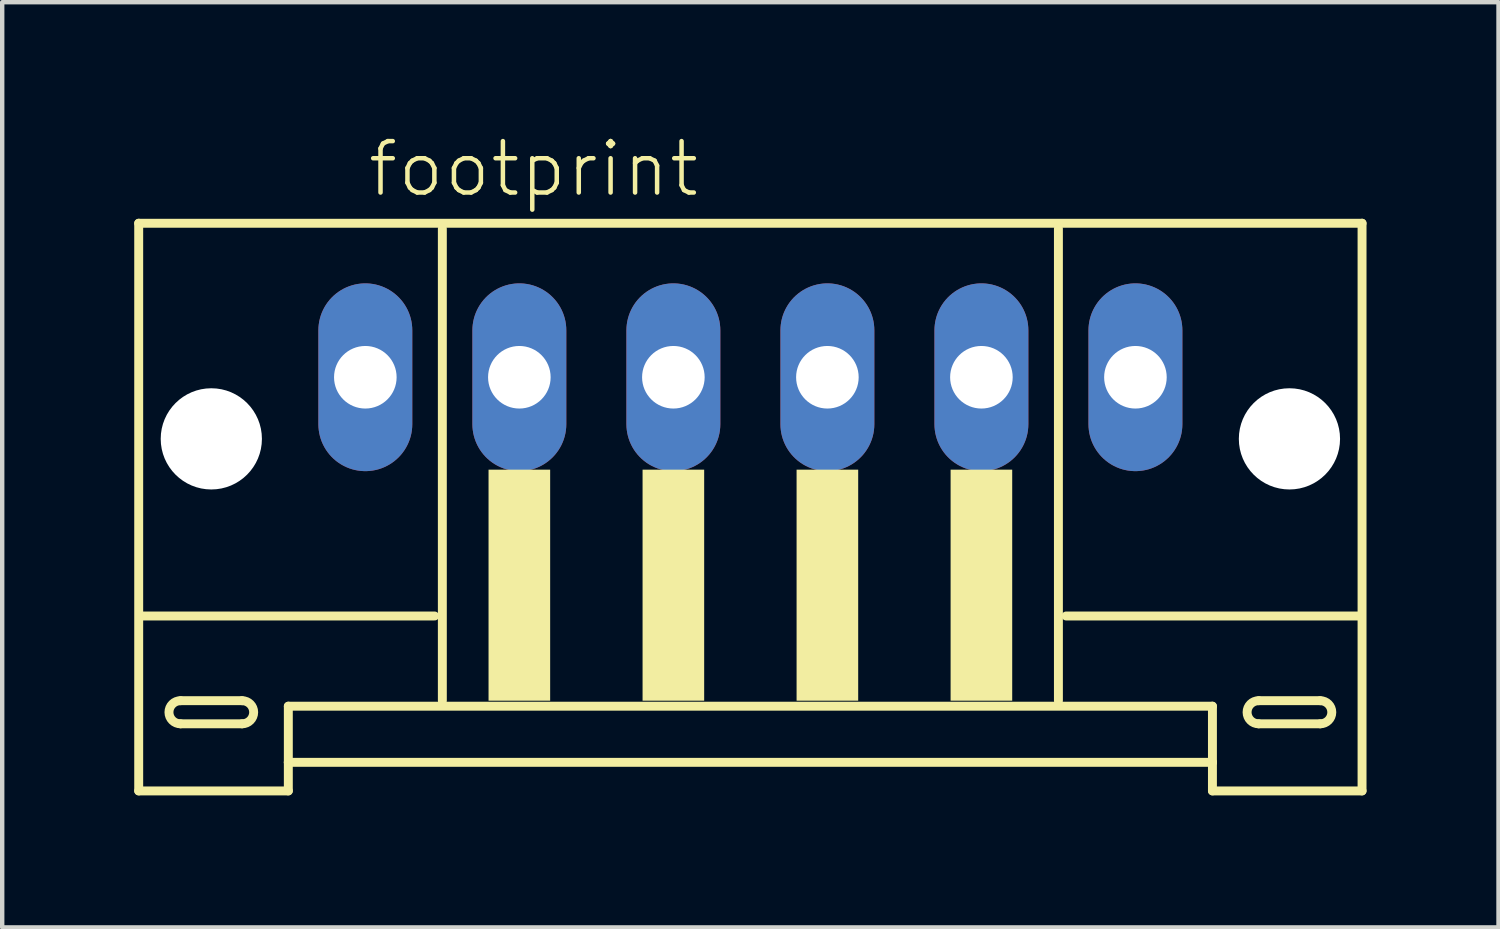
<source format=kicad_pcb>
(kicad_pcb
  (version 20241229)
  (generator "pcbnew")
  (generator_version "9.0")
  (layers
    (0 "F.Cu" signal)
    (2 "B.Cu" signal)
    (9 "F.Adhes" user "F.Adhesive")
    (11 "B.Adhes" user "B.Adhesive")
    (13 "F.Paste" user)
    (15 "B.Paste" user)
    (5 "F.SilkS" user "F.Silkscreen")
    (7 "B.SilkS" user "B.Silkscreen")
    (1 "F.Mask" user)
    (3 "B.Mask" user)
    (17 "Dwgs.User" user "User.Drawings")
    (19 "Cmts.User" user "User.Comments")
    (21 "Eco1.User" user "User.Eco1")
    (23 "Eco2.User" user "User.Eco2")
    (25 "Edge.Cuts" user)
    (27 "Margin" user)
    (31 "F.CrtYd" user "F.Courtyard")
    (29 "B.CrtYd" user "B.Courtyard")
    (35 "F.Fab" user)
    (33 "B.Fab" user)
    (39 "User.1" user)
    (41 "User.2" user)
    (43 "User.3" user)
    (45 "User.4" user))
  (footprint "footprint"
    (layer "F.Cu")
    (at 14.002 7.273)
    (property "Reference" "footprint" (at -8.75 -5.8 0) (layer "F.SilkS") (effects (font (size 1.168 1.168) (thickness 0.102)) (justify left bottom)))
    (fp_line (start -13.9 -5.25) (end -13.9 7.65) (stroke (width 0.203) (type solid)) (layer "F.SilkS"))
    (fp_line (start -13.9 7.65) (end -10.5 7.65) (stroke (width 0.203) (type solid)) (layer "F.SilkS"))
    (fp_line (start -12.95 5.6) (end -11.55 5.6) (stroke (width 0.203) (type solid)) (layer "F.SilkS"))
    (fp_line (start -11.55 6.125) (end -12.95 6.125) (stroke (width 0.203) (type solid)) (layer "F.SilkS"))
    (fp_line (start -10.5 5.725) (end 10.5 5.725) (stroke (width 0.203) (type solid)) (layer "F.SilkS"))
    (fp_line (start -10.5 7) (end -10.5 5.725) (stroke (width 0.203) (type solid)) (layer "F.SilkS"))
    (fp_line (start -10.5 7) (end 10.5 7) (stroke (width 0.203) (type solid)) (layer "F.SilkS"))
    (fp_line (start -10.5 7.65) (end -10.5 7) (stroke (width 0.203) (type solid)) (layer "F.SilkS"))
    (fp_line (start -7.175 3.675) (end -13.825 3.675) (stroke (width 0.203) (type solid)) (layer "F.SilkS"))
    (fp_line (start -7 -5.125) (end -7 5.6) (stroke (width 0.203) (type solid)) (layer "F.SilkS"))
    (fp_line (start 7 5.6) (end 7 -5.125) (stroke (width 0.203) (type solid)) (layer "F.SilkS"))
    (fp_line (start 10.5 5.725) (end 10.5 7) (stroke (width 0.203) (type solid)) (layer "F.SilkS"))
    (fp_line (start 10.5 7) (end 10.5 7.65) (stroke (width 0.203) (type solid)) (layer "F.SilkS"))
    (fp_line (start 10.5 7.65) (end 13.9 7.65) (stroke (width 0.203) (type solid)) (layer "F.SilkS"))
    (fp_line (start 11.55 5.6) (end 12.95 5.6) (stroke (width 0.203) (type solid)) (layer "F.SilkS"))
    (fp_line (start 12.95 6.125) (end 11.55 6.125) (stroke (width 0.203) (type solid)) (layer "F.SilkS"))
    (fp_line (start 13.825 3.675) (end 7.175 3.675) (stroke (width 0.203) (type solid)) (layer "F.SilkS"))
    (fp_line (start 13.9 -5.25) (end -13.9 -5.25) (stroke (width 0.203) (type solid)) (layer "F.SilkS"))
    (fp_line (start 13.9 7.65) (end 13.9 -5.25) (stroke (width 0.203) (type solid)) (layer "F.SilkS"))
    (fp_arc (start -12.95 6.125) (mid -13.2125 5.8625) (end -12.95 5.6) (stroke (width 0.2032) (type solid)) (layer "F.SilkS"))
    (fp_arc (start -11.55 5.6) (mid -11.2875 5.8625) (end -11.55 6.125) (stroke (width 0.2032) (type solid)) (layer "F.SilkS"))
    (fp_arc (start 11.55 6.125) (mid 11.2875 5.8625) (end 11.55 5.6) (stroke (width 0.2032) (type solid)) (layer "F.SilkS"))
    (fp_arc (start 12.95 5.6) (mid 13.2125 5.8625) (end 12.95 6.125) (stroke (width 0.2032) (type solid)) (layer "F.SilkS"))
    (fp_poly (pts (xy -5.95 5.6) (xy -4.55 5.6) (xy -4.55 0.35) (xy -5.95 0.35)) (stroke (width 0) (type solid)) (fill yes) (layer "F.SilkS"))
    (fp_poly (pts (xy -2.45 5.6) (xy -1.05 5.6) (xy -1.05 0.35) (xy -2.45 0.35)) (stroke (width 0) (type solid)) (fill yes) (layer "F.SilkS"))
    (fp_poly (pts (xy 1.05 5.6) (xy 2.45 5.6) (xy 2.45 0.35) (xy 1.05 0.35)) (stroke (width 0) (type solid)) (fill yes) (layer "F.SilkS"))
    (fp_poly (pts (xy 4.55 5.6) (xy 5.95 5.6) (xy 5.95 0.35) (xy 4.55 0.35)) (stroke (width 0) (type solid)) (fill yes) (layer "F.SilkS"))
    (pad "" np_thru_hole circle (at -12.25 -0.35) (size 2.3 2.3) (drill 2.3) (layers "*.Cu" "*.Mask"))
    (pad "" np_thru_hole circle (at 12.25 -0.35) (size 2.3 2.3) (drill 2.3) (layers "*.Cu" "*.Mask"))
    (pad "1" thru_hole oval (at -8.75 -1.75 90) (size 4.267 2.134) (drill 1.422) (layers "*.Cu" "*.Mask"))
    (pad "2" thru_hole oval (at -5.25 -1.75 90) (size 4.267 2.134) (drill 1.422) (layers "*.Cu" "*.Mask"))
    (pad "3" thru_hole oval (at -1.75 -1.75 90) (size 4.267 2.134) (drill 1.422) (layers "*.Cu" "*.Mask"))
    (pad "4" thru_hole oval (at 1.75 -1.75 90) (size 4.267 2.134) (drill 1.422) (layers "*.Cu" "*.Mask"))
    (pad "5" thru_hole oval (at 5.25 -1.75 90) (size 4.267 2.134) (drill 1.422) (layers "*.Cu" "*.Mask"))
    (pad "6" thru_hole oval (at 8.75 -1.75 90) (size 4.267 2.134) (drill 1.422) (layers "*.Cu" "*.Mask")))
  (gr_rect
    (start -3 -3)
    (end 31.003 18.025)
    (stroke (width 0.1) (type default))
    (fill no)
    (layer "Edge.Cuts")))
</source>
